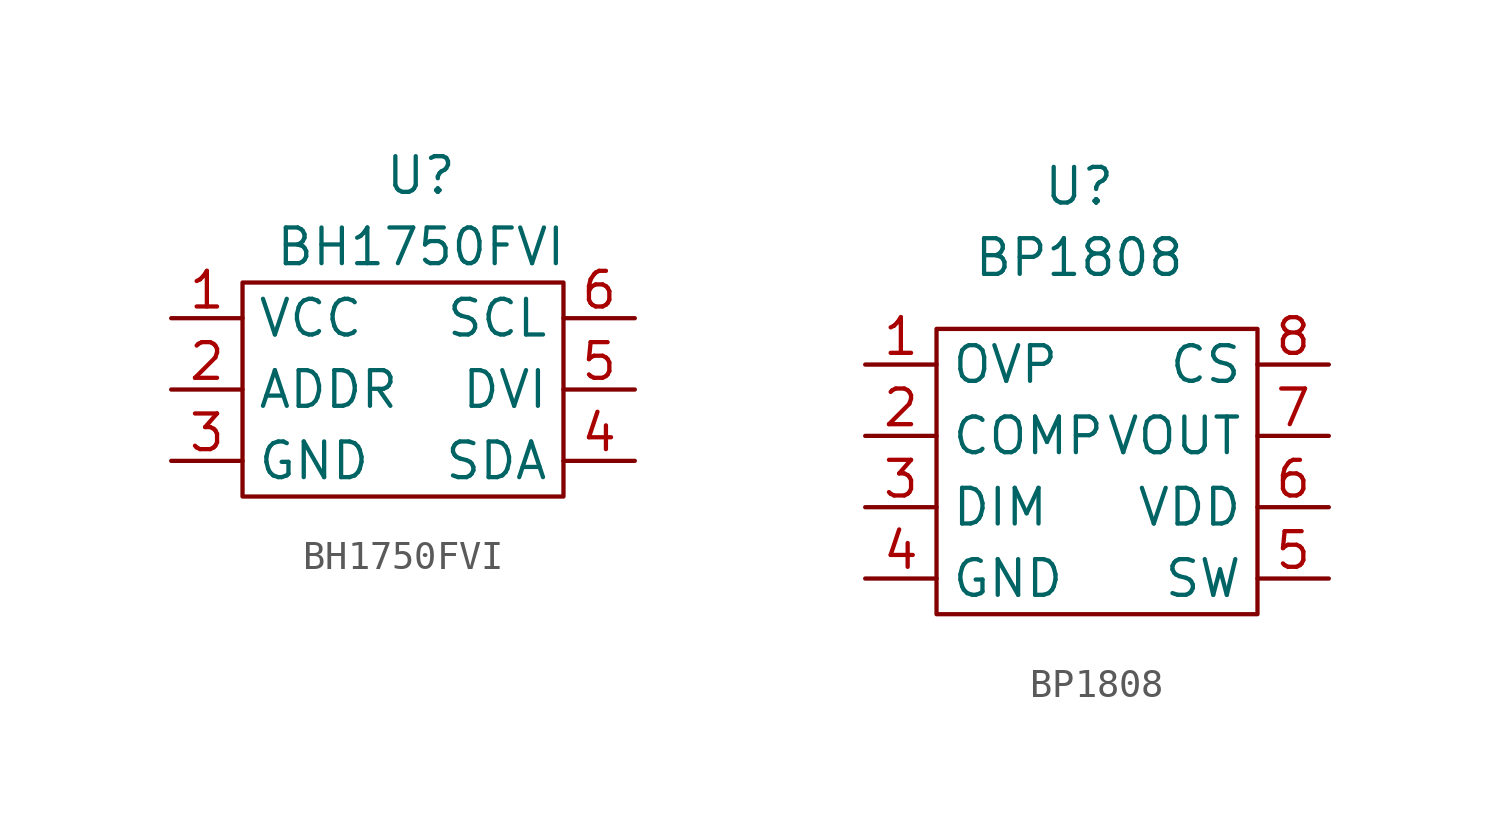
<source format=kicad_sym>
(kicad_symbol_lib
  (version 20211014)
  (generator kicad_symbol_editor)
  (symbol "BH1750FVI"
    (property "Reference" "U"
      (at 0 6.35 0)
      (effects (font (size 1.27 1.27))))
    (property "Value" "BH1750FVI"
      (at 0 3.81 0)
      (effects (font (size 1.27 1.27))))
    (symbol "BH1750FVI_0_1"
      (rectangle (start -6.35 2.54) (end 5.08 -5.08) (stroke (width 0) (type default) (color 0 0 0 0)) (fill (type none))))
    (symbol "BH1750FVI_1_1"
      (pin input line (at -8.89 1.27 0) (length 2.54) (name "VCC" (effects (font (size 1.27 1.27)))) (number "1" (effects (font (size 1.27 1.27)))))
      (pin input line (at -8.89 -1.27 0) (length 2.54) (name "ADDR" (effects (font (size 1.27 1.27)))) (number "2" (effects (font (size 1.27 1.27)))))
      (pin input line (at -8.89 -3.81 0) (length 2.54) (name "GND" (effects (font (size 1.27 1.27)))) (number "3" (effects (font (size 1.27 1.27)))))
      (pin input line (at 7.62 -3.81 180) (length 2.54) (name "SDA" (effects (font (size 1.27 1.27)))) (number "4" (effects (font (size 1.27 1.27)))))
      (pin input line (at 7.62 -1.27 180) (length 2.54) (name "DVI" (effects (font (size 1.27 1.27)))) (number "5" (effects (font (size 1.27 1.27)))))
      (pin input line (at 7.62 1.27 180) (length 2.54) (name "SCL" (effects (font (size 1.27 1.27)))) (number "6" (effects (font (size 1.27 1.27)))))))
  (symbol "BP1808"
    (property "Reference" "U"
      (at -1.27 11.43 0)
      (effects (font (size 1.27 1.27))))
    (property "Value" "BP1808"
      (at -1.27 8.89 0)
      (effects (font (size 1.27 1.27))))
    (symbol "BP1808_0_1"
      (rectangle (start -6.35 6.35) (end 5.08 -3.81) (stroke (width 0) (type default) (color 0 0 0 0)) (fill (type none))))
    (symbol "BP1808_1_1"
      (pin passive line (at -8.89 5.08 0) (length 2.54) (name "OVP" (effects (font (size 1.27 1.27)))) (number "1" (effects (font (size 1.27 1.27)))))
      (pin passive line (at -8.89 2.54 0) (length 2.54) (name "COMP" (effects (font (size 1.27 1.27)))) (number "2" (effects (font (size 1.27 1.27)))))
      (pin passive line (at -8.89 0 0) (length 2.54) (name "DIM" (effects (font (size 1.27 1.27)))) (number "3" (effects (font (size 1.27 1.27)))))
      (pin passive line (at -8.89 -2.54 0) (length 2.54) (name "GND" (effects (font (size 1.27 1.27)))) (number "4" (effects (font (size 1.27 1.27)))))
      (pin passive line (at 7.62 -2.54 180) (length 2.54) (name "SW" (effects (font (size 1.27 1.27)))) (number "5" (effects (font (size 1.27 1.27)))))
      (pin passive line (at 7.62 0 180) (length 2.54) (name "VDD" (effects (font (size 1.27 1.27)))) (number "6" (effects (font (size 1.27 1.27)))))
      (pin passive line (at 7.62 2.54 180) (length 2.54) (name "VOUT" (effects (font (size 1.27 1.27)))) (number "7" (effects (font (size 1.27 1.27)))))
      (pin passive line (at 7.62 5.08 180) (length 2.54) (name "CS" (effects (font (size 1.27 1.27)))) (number "8" (effects (font (size 1.27 1.27))))))))
</source>
